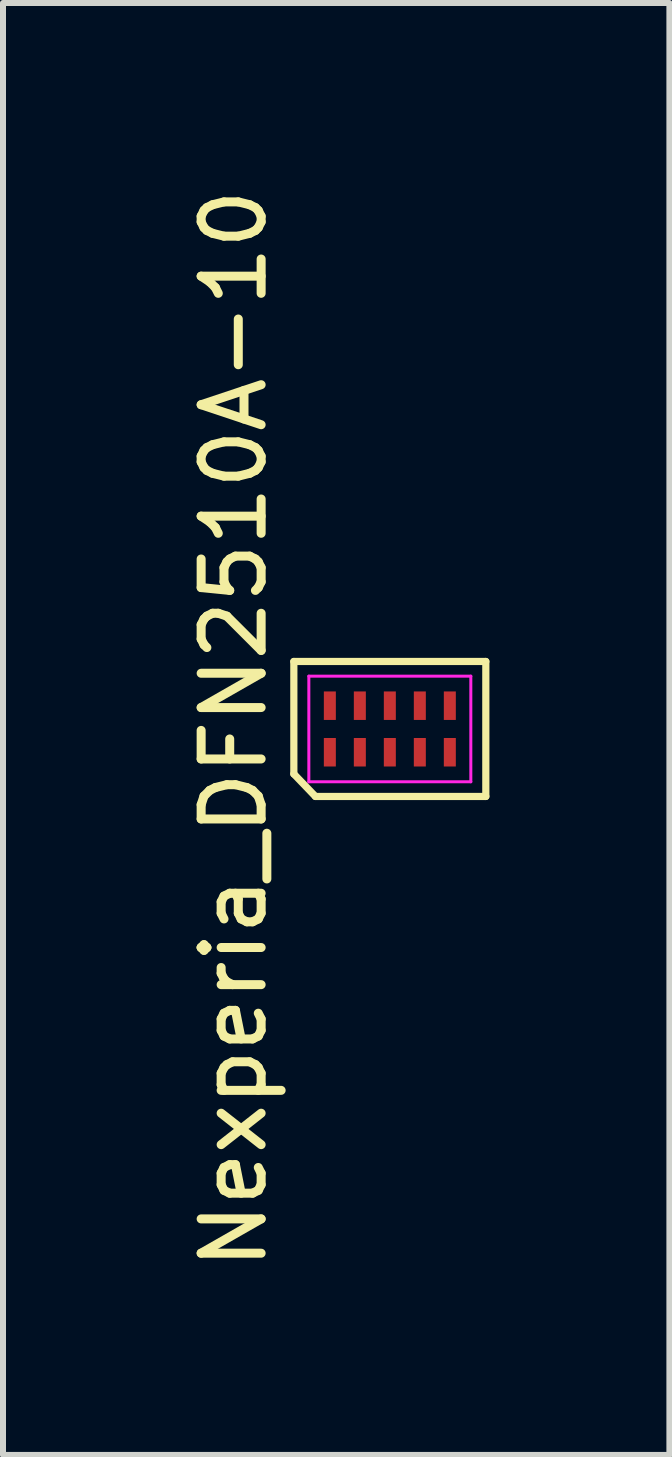
<source format=kicad_pcb>
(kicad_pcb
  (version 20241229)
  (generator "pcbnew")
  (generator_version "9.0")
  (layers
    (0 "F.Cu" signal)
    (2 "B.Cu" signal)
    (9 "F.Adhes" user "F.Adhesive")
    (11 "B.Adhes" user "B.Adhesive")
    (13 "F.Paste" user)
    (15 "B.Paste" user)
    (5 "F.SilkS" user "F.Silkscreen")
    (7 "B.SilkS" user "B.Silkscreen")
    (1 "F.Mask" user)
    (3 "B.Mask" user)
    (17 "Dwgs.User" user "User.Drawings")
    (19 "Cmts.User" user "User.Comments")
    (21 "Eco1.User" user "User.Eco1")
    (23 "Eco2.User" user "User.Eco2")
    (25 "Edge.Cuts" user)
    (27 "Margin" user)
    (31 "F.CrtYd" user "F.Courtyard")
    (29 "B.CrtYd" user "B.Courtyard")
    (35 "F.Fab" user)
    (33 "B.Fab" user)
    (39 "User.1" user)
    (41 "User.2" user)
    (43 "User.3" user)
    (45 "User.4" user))
  (footprint "Nexperia_DFN2510A-10"
    (layer "F.Cu")
    (at 3.448 9.101)
    (property "Reference" "Nexperia_DFN2510A-10" (at -2.6 0 90) (layer "F.SilkS") (effects (font (size 1 1) (thickness 0.15))))
    (attr smd)
    (fp_line (start -1.6 -1.125) (end 1.6 -1.125) (stroke (width 0.12) (type default)) (layer "F.SilkS"))
    (fp_line (start -1.6 0.75) (end -1.6 -1.125) (stroke (width 0.12) (type default)) (layer "F.SilkS"))
    (fp_line (start -1.24 1.125) (end -1.6 0.75) (stroke (width 0.12) (type default)) (layer "F.SilkS"))
    (fp_line (start 1.6 -1.125) (end 1.6 1.125) (stroke (width 0.12) (type default)) (layer "F.SilkS"))
    (fp_line (start 1.6 1.125) (end -1.24 1.125) (stroke (width 0.12) (type default)) (layer "F.SilkS"))
    (fp_line (start -1.35 -0.88) (end 1.35 -0.88) (stroke (width 0.05) (type default)) (layer "F.CrtYd"))
    (fp_line (start -1.35 0.88) (end -1.35 -0.88) (stroke (width 0.05) (type default)) (layer "F.CrtYd"))
    (fp_line (start 1.35 -0.88) (end 1.35 0.88) (stroke (width 0.05) (type default)) (layer "F.CrtYd"))
    (fp_line (start 1.35 0.88) (end -1.35 0.88) (stroke (width 0.05) (type default)) (layer "F.CrtYd"))
    (pad "1" smd rect (at -1 -0.388) (size 0.2 0.475) (layers "F.Cu" "F.Mask" "F.Paste"))
    (pad "1" smd rect (at -1 0.388) (size 0.2 0.475) (layers "F.Cu" "F.Mask" "F.Paste"))
    (pad "2" smd rect (at -0.5 -0.388) (size 0.2 0.475) (layers "F.Cu" "F.Mask" "F.Paste"))
    (pad "2" smd rect (at -0.5 0.388) (size 0.2 0.475) (layers "F.Cu" "F.Mask" "F.Paste"))
    (pad "3" smd rect (at 0 0.388) (size 0.2 0.475) (layers "F.Cu" "F.Mask" "F.Paste"))
    (pad "4" smd rect (at 0.5 -0.388) (size 0.2 0.475) (layers "F.Cu" "F.Mask" "F.Paste"))
    (pad "4" smd rect (at 0.5 0.388) (size 0.2 0.475) (layers "F.Cu" "F.Mask" "F.Paste"))
    (pad "5" smd rect (at 1 -0.388) (size 0.2 0.475) (layers "F.Cu" "F.Mask" "F.Paste"))
    (pad "5" smd rect (at 1 0.388) (size 0.2 0.475) (layers "F.Cu" "F.Mask" "F.Paste"))
    (pad "8" smd rect (at 0 -0.388) (size 0.2 0.475) (layers "F.Cu" "F.Mask" "F.Paste")))
  (gr_rect
    (start -3 -3)
    (end 8.108 21.202)
    (stroke (width 0.1) (type default))
    (fill no)
    (layer "Edge.Cuts")))
</source>
